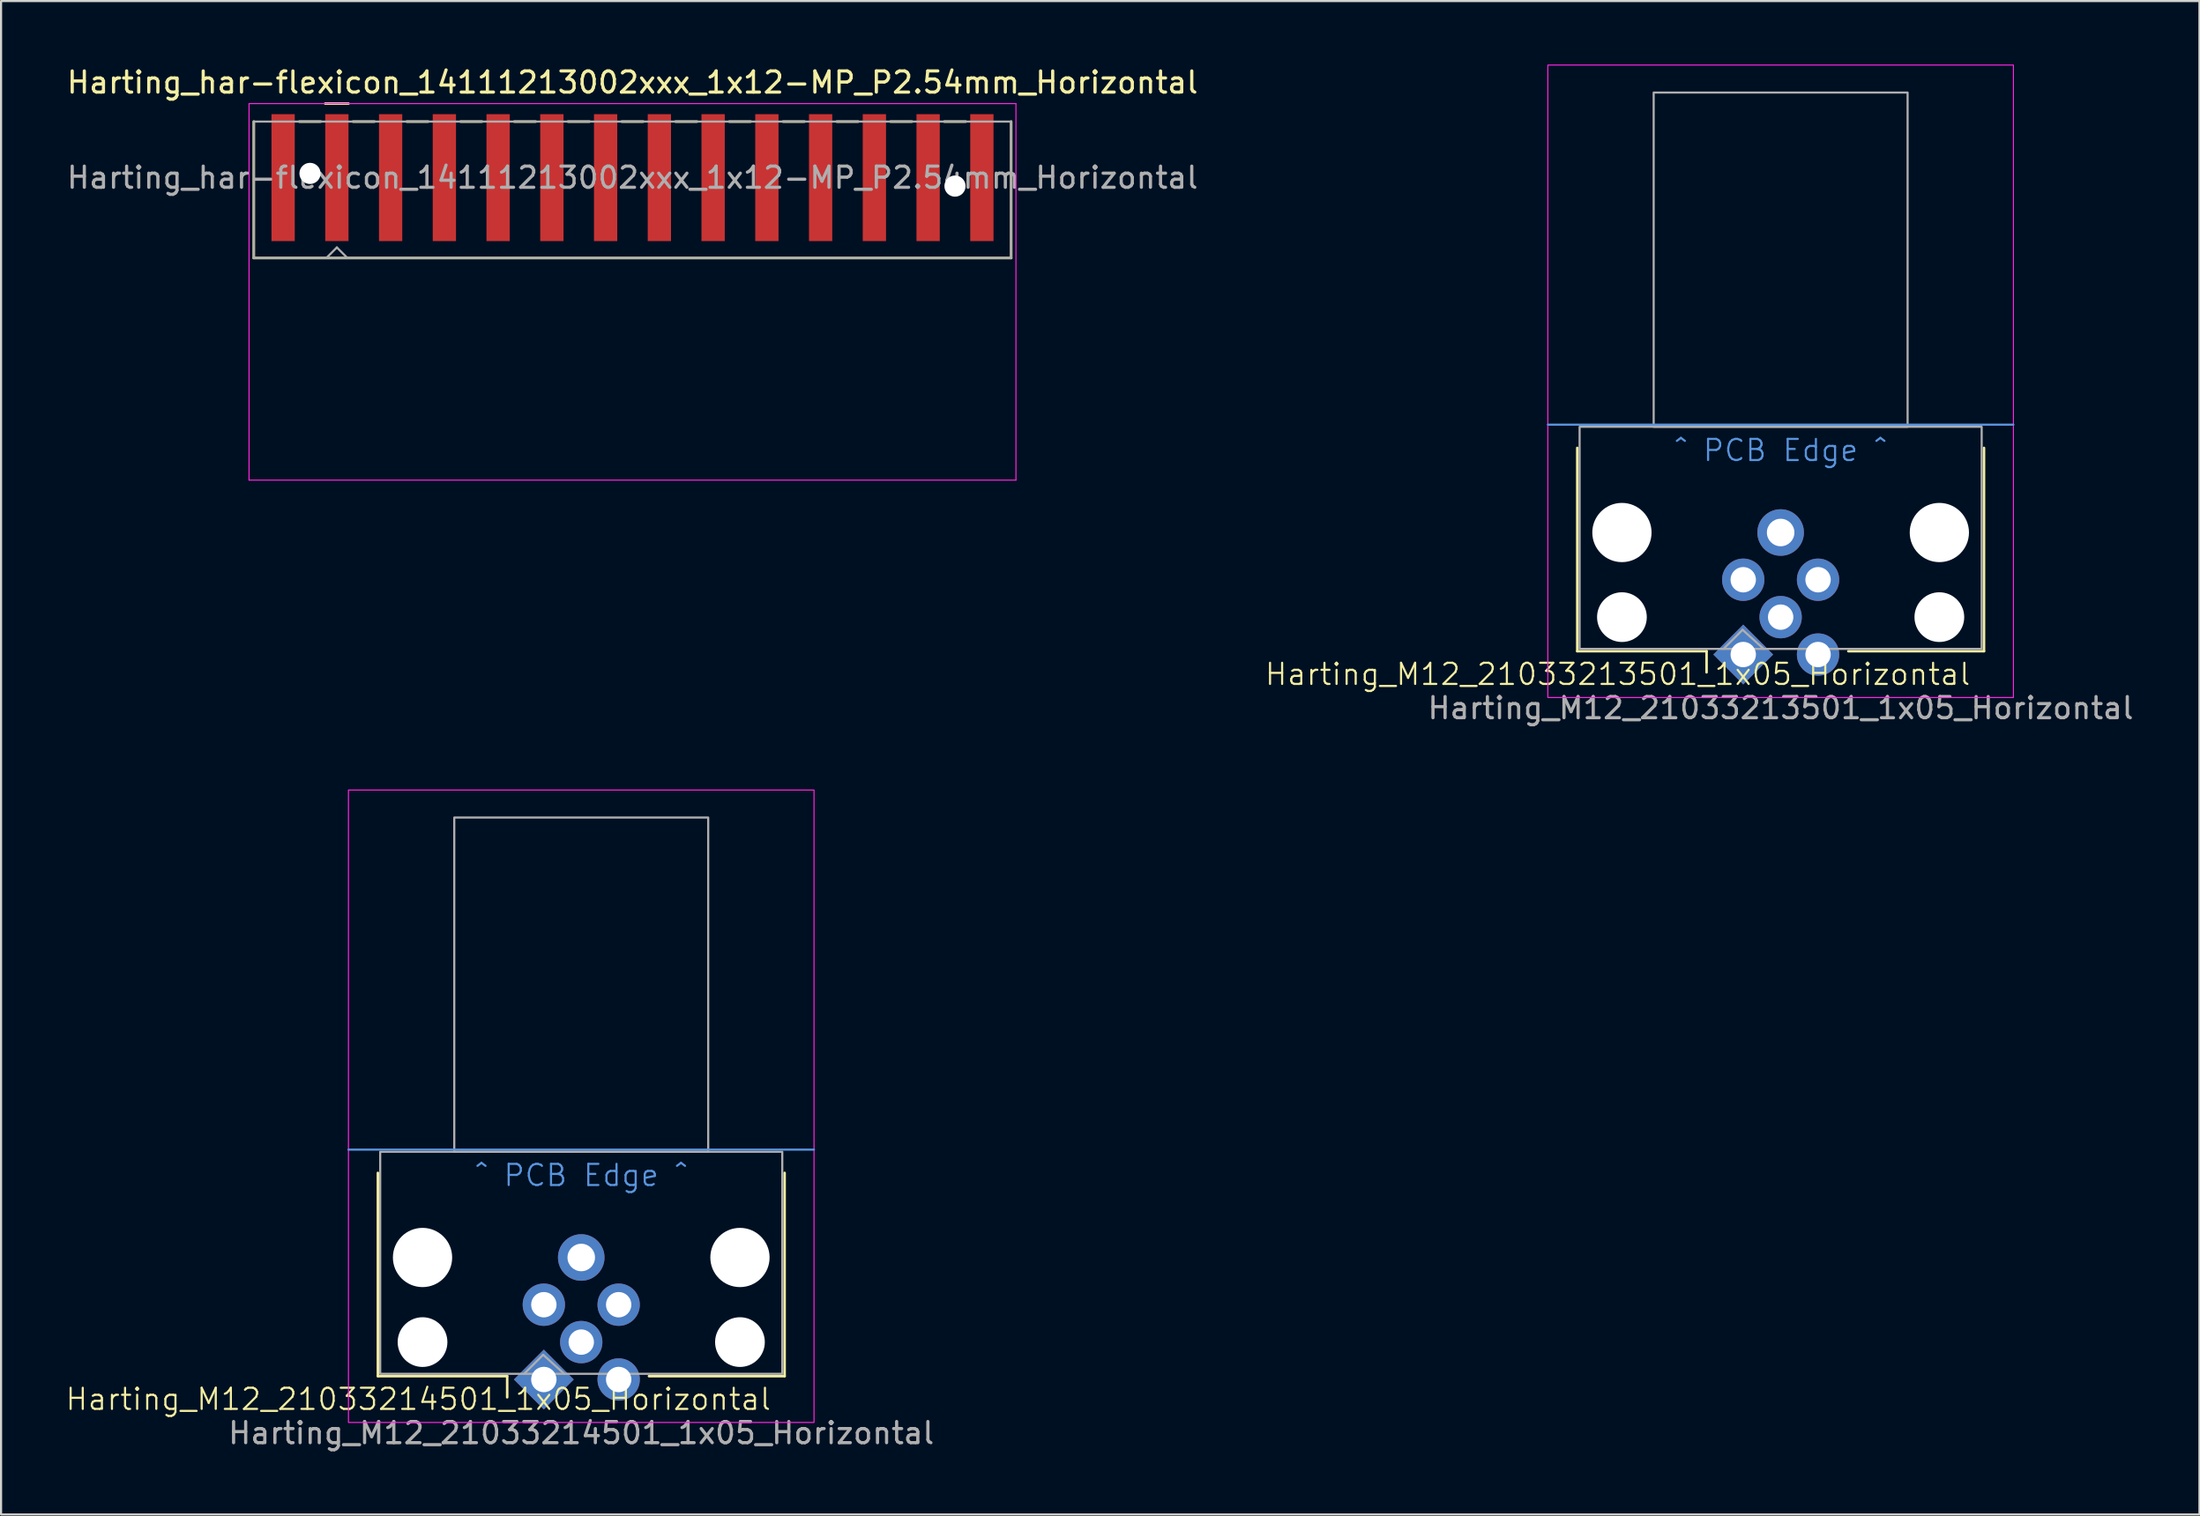
<source format=kicad_pcb>
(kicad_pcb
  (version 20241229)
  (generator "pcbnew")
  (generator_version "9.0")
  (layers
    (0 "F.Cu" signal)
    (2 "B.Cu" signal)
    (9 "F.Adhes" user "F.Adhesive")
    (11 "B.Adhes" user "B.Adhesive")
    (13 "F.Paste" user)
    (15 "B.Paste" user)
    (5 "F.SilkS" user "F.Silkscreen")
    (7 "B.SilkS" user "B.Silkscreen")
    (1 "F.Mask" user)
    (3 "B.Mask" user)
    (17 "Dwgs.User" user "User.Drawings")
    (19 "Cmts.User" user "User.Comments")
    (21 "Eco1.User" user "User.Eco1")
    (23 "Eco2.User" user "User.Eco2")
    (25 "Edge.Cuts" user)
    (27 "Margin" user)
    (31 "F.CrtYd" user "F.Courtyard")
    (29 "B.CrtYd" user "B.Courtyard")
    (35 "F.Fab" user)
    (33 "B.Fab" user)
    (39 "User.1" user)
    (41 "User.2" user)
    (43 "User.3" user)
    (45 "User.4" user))
  (footprint "Harting_M12_21033214501_1x05_Horizontal"
    (layer "F.Cu")
    (at 24.417 60.398)
    (property "Reference" "Harting_M12_21033214501_1x05_Horizontal" (at -7.7 2.7 0) (unlocked yes) (layer "F.SilkS") (effects (font (size 1 1) (thickness 0.1))))
    (attr through_hole)
    (fp_line (start -9.61 1.61) (end -9.61 -8) (stroke (width 0.12) (type default)) (layer "F.SilkS"))
    (fp_line (start -3.5 1.61) (end -9.61 1.61) (stroke (width 0.12) (type default)) (layer "F.SilkS"))
    (fp_line (start -3.5 1.61) (end -3.5 2.61) (stroke (width 0.12) (type default)) (layer "F.SilkS"))
    (fp_line (start 9.61 -8) (end 9.61 1.61) (stroke (width 0.12) (type default)) (layer "F.SilkS"))
    (fp_line (start 9.61 1.61) (end 3.2 1.61) (stroke (width 0.12) (type default)) (layer "F.SilkS"))
    (fp_line (start 11 -9.1) (end -11 -9.1) (stroke (width 0.1) (type default)) (layer "Cmts.User"))
    (fp_rect (start -11 -26.1) (end 11 3.8) (stroke (width 0.05) (type default)) (fill no) (layer "F.CrtYd"))
    (fp_line (start -2.7 1.5) (end -1.8 0.6) (stroke (width 0.1) (type default)) (layer "F.Fab"))
    (fp_line (start -1.8 0.6) (end -0.8 1.5) (stroke (width 0.1) (type default)) (layer "F.Fab"))
    (fp_rect (start -9.5 -9) (end 9.5 1.5) (stroke (width 0.1) (type default)) (fill no) (layer "F.Fab"))
    (fp_rect (start -6 -24.8) (end 6 -9) (stroke (width 0.1) (type default)) (fill no) (layer "F.Fab"))
    (fp_text user "^ PCB Edge ^" (at 0 -7.3 0) (unlocked yes) (layer "Cmts.User") (effects (font (size 1 1) (thickness 0.1)) (justify bottom)))
    (fp_text user "${REFERENCE}" (at 0 4.3 0) (unlocked yes) (layer "F.Fab") (effects (font (size 1 1) (thickness 0.15))))
    (pad "" np_thru_hole circle (at -7.5 -4) (size 2.8 2.8) (drill 2.8) (layers "*.Cu" "*.Mask"))
    (pad "" np_thru_hole circle (at -7.5 0) (size 2.35 2.35) (drill 2.35) (layers "*.Cu" "*.Mask"))
    (pad "" np_thru_hole circle (at 7.5 -4) (size 2.8 2.8) (drill 2.8) (layers "*.Cu" "*.Mask"))
    (pad "" np_thru_hole circle (at 7.5 0) (size 2.35 2.35) (drill 2.35) (layers "*.Cu" "*.Mask"))
    (pad "1" thru_hole rect (at -1.768 1.768 45) (size 2 2) (drill 1.2) (layers "*.Cu" "*.Mask"))
    (pad "2" thru_hole circle (at 1.768 1.768) (size 2 2) (drill 1.2) (layers "*.Cu" "*.Mask"))
    (pad "3" thru_hole circle (at 1.768 -1.768) (size 2 2) (drill 1.2) (layers "*.Cu" "*.Mask"))
    (pad "4" thru_hole circle (at -1.768 -1.768) (size 2 2) (drill 1.2) (layers "*.Cu" "*.Mask"))
    (pad "5" thru_hole circle (at 0 0) (size 2 2) (drill 1.2) (layers "*.Cu" "*.Mask"))
    (pad "SHD" thru_hole circle (at 0 -4) (size 2.2 2.2) (drill 1.3) (layers "*.Cu" "*.Mask")))
  (footprint "Harting_har-flexicon_14111213002xxx_1x12-MP_P2.54mm_Horizontal"
    (layer "F.Cu")
    (at 26.839 6.648)
    (property "Reference" "Harting_har-flexicon_14111213002xxx_1x12-MP_P2.54mm_Horizontal" (at 0 -5.8 0) (layer "F.SilkS") (effects (font (size 1 1) (thickness 0.15))))
    (attr smd)
    (fp_line (start -17.895 -3.95) (end -17.895 2.5) (stroke (width 0.12) (type solid)) (layer "F.SilkS"))
    (fp_line (start -15.748 -3.95) (end -14.732 -3.95) (stroke (width 0.12) (type solid)) (layer "F.SilkS"))
    (fp_line (start -14.52 -4.8) (end -13.42 -4.8) (stroke (width 0.12) (type solid)) (layer "F.SilkS"))
    (fp_line (start -13.208 -3.95) (end -12.192 -3.95) (stroke (width 0.12) (type solid)) (layer "F.SilkS"))
    (fp_line (start -10.668 -3.95) (end -9.652 -3.95) (stroke (width 0.12) (type solid)) (layer "F.SilkS"))
    (fp_line (start -8.128 -3.95) (end -7.112 -3.95) (stroke (width 0.12) (type solid)) (layer "F.SilkS"))
    (fp_line (start -5.588 -3.95) (end -4.572 -3.95) (stroke (width 0.12) (type solid)) (layer "F.SilkS"))
    (fp_line (start -3.048 -3.95) (end -2.032 -3.95) (stroke (width 0.12) (type solid)) (layer "F.SilkS"))
    (fp_line (start -0.508 -3.95) (end 0.508 -3.95) (stroke (width 0.12) (type solid)) (layer "F.SilkS"))
    (fp_line (start 2.032 -3.95) (end 3.048 -3.95) (stroke (width 0.12) (type solid)) (layer "F.SilkS"))
    (fp_line (start 4.572 -3.95) (end 5.588 -3.95) (stroke (width 0.12) (type solid)) (layer "F.SilkS"))
    (fp_line (start 7.112 -3.95) (end 8.128 -3.95) (stroke (width 0.12) (type solid)) (layer "F.SilkS"))
    (fp_line (start 9.652 -3.95) (end 10.668 -3.95) (stroke (width 0.12) (type solid)) (layer "F.SilkS"))
    (fp_line (start 12.192 -3.95) (end 13.208 -3.95) (stroke (width 0.12) (type solid)) (layer "F.SilkS"))
    (fp_line (start 14.732 -3.95) (end 15.748 -3.95) (stroke (width 0.12) (type solid)) (layer "F.SilkS"))
    (fp_line (start 17.895 -3.95) (end 17.895 2.5) (stroke (width 0.12) (type solid)) (layer "F.SilkS"))
    (fp_line (start 17.895 2.5) (end -17.895 2.5) (stroke (width 0.12) (type solid)) (layer "F.SilkS"))
    (fp_line (start -18.12 -4.8) (end -18.12 13) (stroke (width 0.05) (type solid)) (layer "F.CrtYd"))
    (fp_line (start -18.12 13) (end 18.12 13) (stroke (width 0.05) (type solid)) (layer "F.CrtYd"))
    (fp_line (start 18.12 -4.8) (end -18.12 -4.8) (stroke (width 0.05) (type solid)) (layer "F.CrtYd"))
    (fp_line (start 18.12 13) (end 18.12 -4.8) (stroke (width 0.05) (type solid)) (layer "F.CrtYd"))
    (fp_line (start -17.895 -3.95) (end -17.895 2.5) (stroke (width 0.1) (type solid)) (layer "F.Fab"))
    (fp_line (start -17.895 2.5) (end 17.895 2.5) (stroke (width 0.1) (type solid)) (layer "F.Fab"))
    (fp_line (start -14.47 2.5) (end -13.97 2) (stroke (width 0.1) (type solid)) (layer "F.Fab"))
    (fp_line (start -13.97 2) (end -13.47 2.5) (stroke (width 0.1) (type solid)) (layer "F.Fab"))
    (fp_line (start 17.895 -3.95) (end -17.895 -3.95) (stroke (width 0.1) (type solid)) (layer "F.Fab"))
    (fp_line (start 17.895 2.5) (end 17.895 -3.95) (stroke (width 0.1) (type solid)) (layer "F.Fab"))
    (fp_text user "${REFERENCE}" (at 0 -1.3 0) (layer "F.Fab") (effects (font (size 1 1) (thickness 0.15))))
    (pad "" np_thru_hole circle (at -15.24 -1.5) (size 1 1) (drill 1) (layers "*.Cu" "*.Mask"))
    (pad "" np_thru_hole circle (at 15.24 -0.9) (size 1 1) (drill 1) (layers "*.Cu" "*.Mask"))
    (pad "1" smd rect (at -13.97 -1.3) (size 1.1 6) (layers "F.Cu" "F.Mask" "F.Paste"))
    (pad "2" smd rect (at -11.43 -1.3) (size 1.1 6) (layers "F.Cu" "F.Mask" "F.Paste"))
    (pad "3" smd rect (at -8.89 -1.3) (size 1.1 6) (layers "F.Cu" "F.Mask" "F.Paste"))
    (pad "4" smd rect (at -6.35 -1.3) (size 1.1 6) (layers "F.Cu" "F.Mask" "F.Paste"))
    (pad "5" smd rect (at -3.81 -1.3) (size 1.1 6) (layers "F.Cu" "F.Mask" "F.Paste"))
    (pad "6" smd rect (at -1.27 -1.3) (size 1.1 6) (layers "F.Cu" "F.Mask" "F.Paste"))
    (pad "7" smd rect (at 1.27 -1.3) (size 1.1 6) (layers "F.Cu" "F.Mask" "F.Paste"))
    (pad "8" smd rect (at 3.81 -1.3) (size 1.1 6) (layers "F.Cu" "F.Mask" "F.Paste"))
    (pad "9" smd rect (at 6.35 -1.3) (size 1.1 6) (layers "F.Cu" "F.Mask" "F.Paste"))
    (pad "10" smd rect (at 8.89 -1.3) (size 1.1 6) (layers "F.Cu" "F.Mask" "F.Paste"))
    (pad "11" smd rect (at 11.43 -1.3) (size 1.1 6) (layers "F.Cu" "F.Mask" "F.Paste"))
    (pad "12" smd rect (at 13.97 -1.3) (size 1.1 6) (layers "F.Cu" "F.Mask" "F.Paste"))
    (pad "MP" smd rect (at -16.51 -1.3) (size 1.1 6) (layers "F.Cu" "F.Mask" "F.Paste"))
    (pad "MP" smd rect (at 16.51 -1.3) (size 1.1 6) (layers "F.Cu" "F.Mask" "F.Paste")))
  (footprint "Harting_M12_21033213501_1x05_Horizontal"
    (layer "F.Cu")
    (at 81.095 26.125)
    (property "Reference" "Harting_M12_21033213501_1x05_Horizontal" (at -7.7 2.7 0) (unlocked yes) (layer "F.SilkS") (effects (font (size 1 1) (thickness 0.1))))
    (attr through_hole)
    (fp_line (start -9.61 1.61) (end -9.61 -8) (stroke (width 0.12) (type default)) (layer "F.SilkS"))
    (fp_line (start -3.5 1.61) (end -9.61 1.61) (stroke (width 0.12) (type default)) (layer "F.SilkS"))
    (fp_line (start -3.5 1.61) (end -3.5 2.61) (stroke (width 0.12) (type default)) (layer "F.SilkS"))
    (fp_line (start 9.61 -8) (end 9.61 1.61) (stroke (width 0.12) (type default)) (layer "F.SilkS"))
    (fp_line (start 9.61 1.61) (end 3.2 1.61) (stroke (width 0.12) (type default)) (layer "F.SilkS"))
    (fp_line (start 11 -9.1) (end -11 -9.1) (stroke (width 0.1) (type default)) (layer "Cmts.User"))
    (fp_rect (start -11 -26.1) (end 11 3.8) (stroke (width 0.05) (type default)) (fill no) (layer "F.CrtYd"))
    (fp_line (start -2.7 1.5) (end -1.8 0.6) (stroke (width 0.1) (type default)) (layer "F.Fab"))
    (fp_line (start -1.8 0.6) (end -0.8 1.5) (stroke (width 0.1) (type default)) (layer "F.Fab"))
    (fp_rect (start -9.5 -9) (end 9.5 1.5) (stroke (width 0.1) (type default)) (fill no) (layer "F.Fab"))
    (fp_rect (start -6 -24.8) (end 6 -9) (stroke (width 0.1) (type default)) (fill no) (layer "F.Fab"))
    (fp_text user "^ PCB Edge ^" (at 0 -7.3 0) (unlocked yes) (layer "Cmts.User") (effects (font (size 1 1) (thickness 0.1)) (justify bottom)))
    (fp_text user "${REFERENCE}" (at 0 4.3 0) (unlocked yes) (layer "F.Fab") (effects (font (size 1 1) (thickness 0.15))))
    (pad "" np_thru_hole circle (at -7.5 -4) (size 2.8 2.8) (drill 2.8) (layers "*.Cu" "*.Mask"))
    (pad "" np_thru_hole circle (at -7.5 0) (size 2.35 2.35) (drill 2.35) (layers "*.Cu" "*.Mask"))
    (pad "" np_thru_hole circle (at 7.5 -4) (size 2.8 2.8) (drill 2.8) (layers "*.Cu" "*.Mask"))
    (pad "" np_thru_hole circle (at 7.5 0) (size 2.35 2.35) (drill 2.35) (layers "*.Cu" "*.Mask"))
    (pad "1" thru_hole rect (at -1.768 1.768 45) (size 2 2) (drill 1.2) (layers "*.Cu" "*.Mask"))
    (pad "2" thru_hole circle (at 1.768 1.768) (size 2 2) (drill 1.2) (layers "*.Cu" "*.Mask"))
    (pad "3" thru_hole circle (at 1.768 -1.768) (size 2 2) (drill 1.2) (layers "*.Cu" "*.Mask"))
    (pad "4" thru_hole circle (at -1.768 -1.768) (size 2 2) (drill 1.2) (layers "*.Cu" "*.Mask"))
    (pad "5" thru_hole circle (at 0 0) (size 2 2) (drill 1.2) (layers "*.Cu" "*.Mask"))
    (pad "SHD" thru_hole circle (at 0 -4) (size 2.2 2.2) (drill 1.3) (layers "*.Cu" "*.Mask")))
  (gr_rect
    (start -3 -3)
    (end 100.887 68.546)
    (stroke (width 0.1) (type default))
    (fill no)
    (layer "Edge.Cuts")))
</source>
